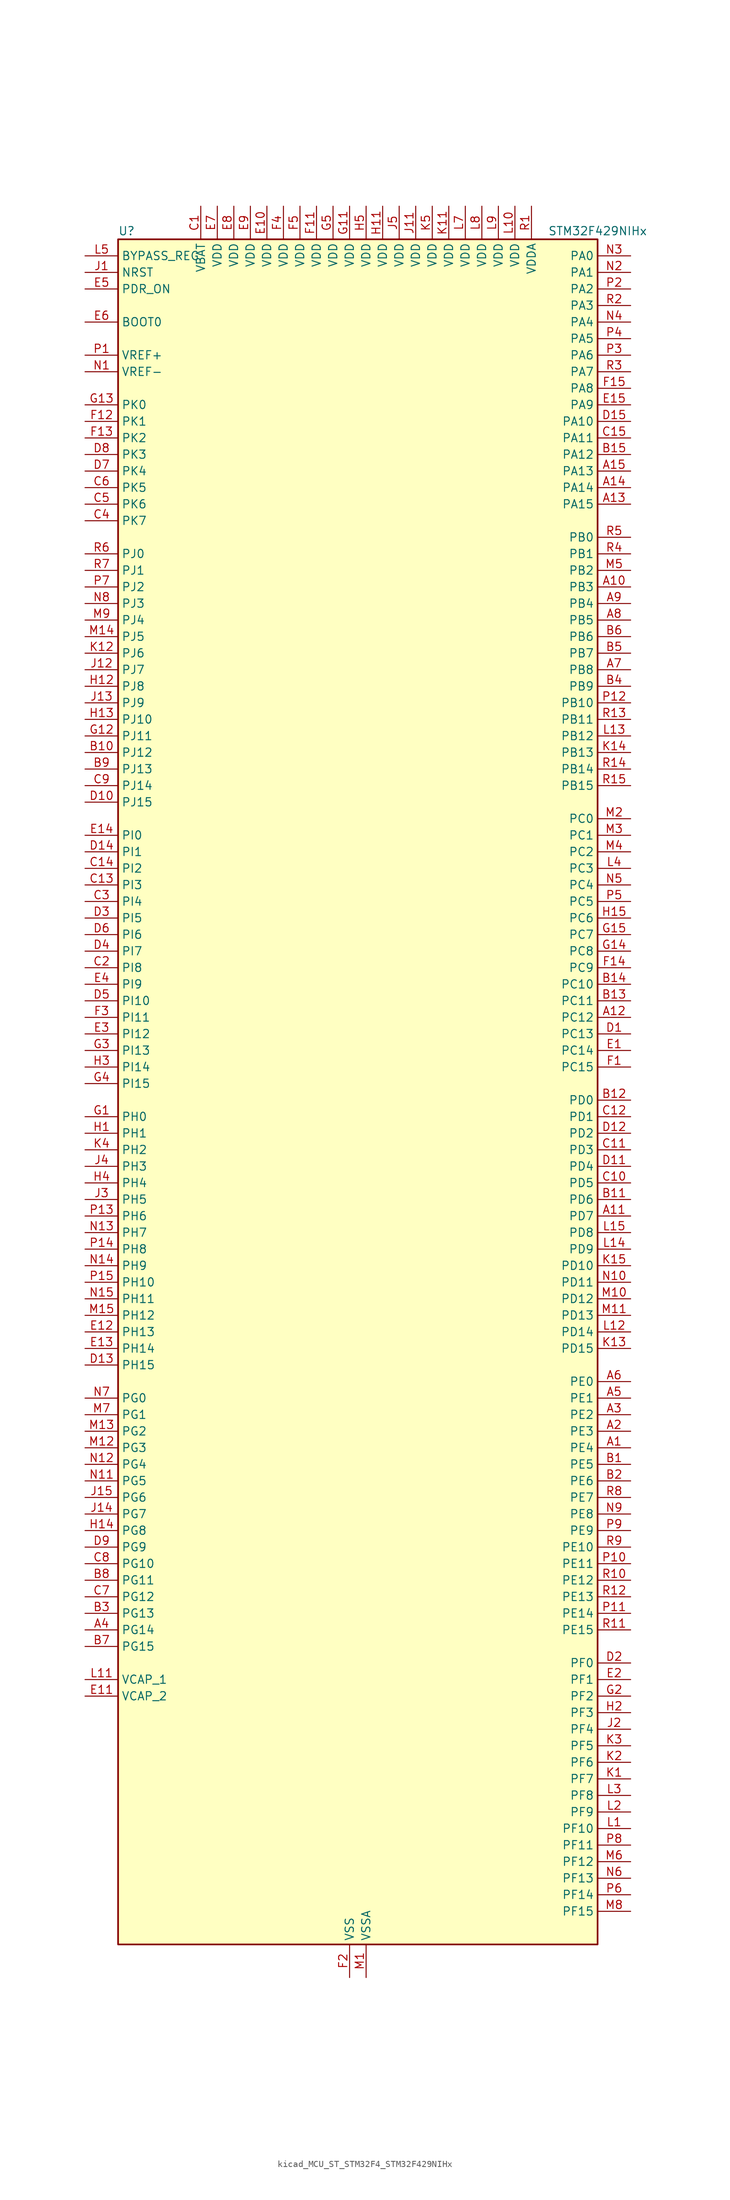
<source format=kicad_sym>
(kicad_symbol_lib
  (version 20220914)
  (generator kicad_symbol_editor)
  (symbol "kicad_MCU_ST_STM32F4_STM32F429NIHx"
    (property "Reference" "U"
      (at -35.56 133.35 0)
      (effects (font (size 1.27 1.27)) (justify left)))
    (property "Value" "STM32F429NIHx"
      (at 30.48 133.35 0)
      (effects (font (size 1.27 1.27)) (justify left)))
    (property "ki_locked" ""
      (at 0 0 0)
      (effects (font (size 1.27 1.27))))
    (symbol "kicad_MCU_ST_STM32F4_STM32F429NIHx_0_1"
      (rectangle (start -35.56 -129.54) (end 38.1 132.08) (stroke (width 0.254) (type default)) (fill (type background))))
    (symbol "kicad_MCU_ST_STM32F4_STM32F429NIHx_1_1"
      (pin bidirectional line (at 43.18 -53.34 180) (length 5.08) (name "PE4" (effects (font (size 1.27 1.27)))) (number "A1" (effects (font (size 1.27 1.27)))) (alternate "DCMI_D4" bidirectional line) (alternate "FMC_A20" bidirectional line) (alternate "LTDC_B0" bidirectional line) (alternate "SAI1_FS_A" bidirectional line) (alternate "SPI4_NSS" bidirectional line) (alternate "SYS_TRACED1" bidirectional line))
      (pin bidirectional line (at 43.18 78.74 180) (length 5.08) (name "PB3" (effects (font (size 1.27 1.27)))) (number "A10" (effects (font (size 1.27 1.27)))) (alternate "I2S3_CK" bidirectional line) (alternate "SPI1_SCK" bidirectional line) (alternate "SPI3_SCK" bidirectional line) (alternate "SYS_JTDO-SWO" bidirectional line) (alternate "TIM2_CH2" bidirectional line))
      (pin bidirectional line (at 43.18 -17.78 180) (length 5.08) (name "PD7" (effects (font (size 1.27 1.27)))) (number "A11" (effects (font (size 1.27 1.27)))) (alternate "FMC_NCE2" bidirectional line) (alternate "FMC_NE1" bidirectional line) (alternate "USART2_CK" bidirectional line))
      (pin bidirectional line (at 43.18 12.7 180) (length 5.08) (name "PC12" (effects (font (size 1.27 1.27)))) (number "A12" (effects (font (size 1.27 1.27)))) (alternate "DCMI_D9" bidirectional line) (alternate "I2S3_SD" bidirectional line) (alternate "SDIO_CK" bidirectional line) (alternate "SPI3_MOSI" bidirectional line) (alternate "UART5_TX" bidirectional line) (alternate "USART3_CK" bidirectional line))
      (pin bidirectional line (at 43.18 91.44 180) (length 5.08) (name "PA15" (effects (font (size 1.27 1.27)))) (number "A13" (effects (font (size 1.27 1.27)))) (alternate "ADC1_EXTI15" bidirectional line) (alternate "ADC2_EXTI15" bidirectional line) (alternate "ADC3_EXTI15" bidirectional line) (alternate "I2S3_WS" bidirectional line) (alternate "SPI1_NSS" bidirectional line) (alternate "SPI3_NSS" bidirectional line) (alternate "SYS_JTDI" bidirectional line) (alternate "TIM2_CH1" bidirectional line) (alternate "TIM2_ETR" bidirectional line))
      (pin bidirectional line (at 43.18 93.98 180) (length 5.08) (name "PA14" (effects (font (size 1.27 1.27)))) (number "A14" (effects (font (size 1.27 1.27)))) (alternate "SYS_JTCK-SWCLK" bidirectional line))
      (pin bidirectional line (at 43.18 96.52 180) (length 5.08) (name "PA13" (effects (font (size 1.27 1.27)))) (number "A15" (effects (font (size 1.27 1.27)))) (alternate "SYS_JTMS-SWDIO" bidirectional line))
      (pin bidirectional line (at 43.18 -50.8 180) (length 5.08) (name "PE3" (effects (font (size 1.27 1.27)))) (number "A2" (effects (font (size 1.27 1.27)))) (alternate "FMC_A19" bidirectional line) (alternate "SAI1_SD_B" bidirectional line) (alternate "SYS_TRACED0" bidirectional line))
      (pin bidirectional line (at 43.18 -48.26 180) (length 5.08) (name "PE2" (effects (font (size 1.27 1.27)))) (number "A3" (effects (font (size 1.27 1.27)))) (alternate "ETH_TXD3" bidirectional line) (alternate "FMC_A23" bidirectional line) (alternate "SAI1_MCLK_A" bidirectional line) (alternate "SPI4_SCK" bidirectional line) (alternate "SYS_TRACECLK" bidirectional line))
      (pin bidirectional line (at -40.64 -81.28 0) (length 5.08) (name "PG14" (effects (font (size 1.27 1.27)))) (number "A4" (effects (font (size 1.27 1.27)))) (alternate "ETH_TXD1" bidirectional line) (alternate "FMC_A25" bidirectional line) (alternate "SPI6_MOSI" bidirectional line) (alternate "USART6_TX" bidirectional line))
      (pin bidirectional line (at 43.18 -45.72 180) (length 5.08) (name "PE1" (effects (font (size 1.27 1.27)))) (number "A5" (effects (font (size 1.27 1.27)))) (alternate "DCMI_D3" bidirectional line) (alternate "FMC_NBL1" bidirectional line) (alternate "UART8_TX" bidirectional line))
      (pin bidirectional line (at 43.18 -43.18 180) (length 5.08) (name "PE0" (effects (font (size 1.27 1.27)))) (number "A6" (effects (font (size 1.27 1.27)))) (alternate "DCMI_D2" bidirectional line) (alternate "FMC_NBL0" bidirectional line) (alternate "TIM4_ETR" bidirectional line) (alternate "UART8_RX" bidirectional line))
      (pin bidirectional line (at 43.18 66.04 180) (length 5.08) (name "PB8" (effects (font (size 1.27 1.27)))) (number "A7" (effects (font (size 1.27 1.27)))) (alternate "CAN1_RX" bidirectional line) (alternate "DCMI_D6" bidirectional line) (alternate "ETH_TXD3" bidirectional line) (alternate "I2C1_SCL" bidirectional line) (alternate "LTDC_B6" bidirectional line) (alternate "SDIO_D4" bidirectional line) (alternate "TIM10_CH1" bidirectional line) (alternate "TIM4_CH3" bidirectional line))
      (pin bidirectional line (at 43.18 73.66 180) (length 5.08) (name "PB5" (effects (font (size 1.27 1.27)))) (number "A8" (effects (font (size 1.27 1.27)))) (alternate "CAN2_RX" bidirectional line) (alternate "DCMI_D10" bidirectional line) (alternate "ETH_PPS_OUT" bidirectional line) (alternate "FMC_SDCKE1" bidirectional line) (alternate "I2C1_SMBA" bidirectional line) (alternate "I2S3_SD" bidirectional line) (alternate "SPI1_MOSI" bidirectional line) (alternate "SPI3_MOSI" bidirectional line) (alternate "TIM3_CH2" bidirectional line) (alternate "USB_OTG_HS_ULPI_D7" bidirectional line))
      (pin bidirectional line (at 43.18 76.2 180) (length 5.08) (name "PB4" (effects (font (size 1.27 1.27)))) (number "A9" (effects (font (size 1.27 1.27)))) (alternate "I2S3_ext_SD" bidirectional line) (alternate "SPI1_MISO" bidirectional line) (alternate "SPI3_MISO" bidirectional line) (alternate "SYS_JTRST" bidirectional line) (alternate "TIM3_CH1" bidirectional line))
      (pin bidirectional line (at 43.18 -55.88 180) (length 5.08) (name "PE5" (effects (font (size 1.27 1.27)))) (number "B1" (effects (font (size 1.27 1.27)))) (alternate "DCMI_D6" bidirectional line) (alternate "FMC_A21" bidirectional line) (alternate "LTDC_G0" bidirectional line) (alternate "SAI1_SCK_A" bidirectional line) (alternate "SPI4_MISO" bidirectional line) (alternate "SYS_TRACED2" bidirectional line) (alternate "TIM9_CH1" bidirectional line))
      (pin bidirectional line (at -40.64 53.34 0) (length 5.08) (name "PJ12" (effects (font (size 1.27 1.27)))) (number "B10" (effects (font (size 1.27 1.27)))) (alternate "LTDC_B0" bidirectional line))
      (pin bidirectional line (at 43.18 -15.24 180) (length 5.08) (name "PD6" (effects (font (size 1.27 1.27)))) (number "B11" (effects (font (size 1.27 1.27)))) (alternate "DCMI_D10" bidirectional line) (alternate "FMC_NWAIT" bidirectional line) (alternate "I2S3_SD" bidirectional line) (alternate "LTDC_B2" bidirectional line) (alternate "SAI1_SD_A" bidirectional line) (alternate "SPI3_MOSI" bidirectional line) (alternate "USART2_RX" bidirectional line))
      (pin bidirectional line (at 43.18 0 180) (length 5.08) (name "PD0" (effects (font (size 1.27 1.27)))) (number "B12" (effects (font (size 1.27 1.27)))) (alternate "CAN1_RX" bidirectional line) (alternate "FMC_D2" bidirectional line) (alternate "FMC_DA2" bidirectional line))
      (pin bidirectional line (at 43.18 15.24 180) (length 5.08) (name "PC11" (effects (font (size 1.27 1.27)))) (number "B13" (effects (font (size 1.27 1.27)))) (alternate "ADC1_EXTI11" bidirectional line) (alternate "ADC2_EXTI11" bidirectional line) (alternate "ADC3_EXTI11" bidirectional line) (alternate "DCMI_D4" bidirectional line) (alternate "I2S3_ext_SD" bidirectional line) (alternate "SDIO_D3" bidirectional line) (alternate "SPI3_MISO" bidirectional line) (alternate "UART4_RX" bidirectional line) (alternate "USART3_RX" bidirectional line))
      (pin bidirectional line (at 43.18 17.78 180) (length 5.08) (name "PC10" (effects (font (size 1.27 1.27)))) (number "B14" (effects (font (size 1.27 1.27)))) (alternate "DCMI_D8" bidirectional line) (alternate "I2S3_CK" bidirectional line) (alternate "LTDC_R2" bidirectional line) (alternate "SDIO_D2" bidirectional line) (alternate "SPI3_SCK" bidirectional line) (alternate "UART4_TX" bidirectional line) (alternate "USART3_TX" bidirectional line))
      (pin bidirectional line (at 43.18 99.06 180) (length 5.08) (name "PA12" (effects (font (size 1.27 1.27)))) (number "B15" (effects (font (size 1.27 1.27)))) (alternate "CAN1_TX" bidirectional line) (alternate "LTDC_R5" bidirectional line) (alternate "TIM1_ETR" bidirectional line) (alternate "USART1_RTS" bidirectional line) (alternate "USB_OTG_FS_DP" bidirectional line))
      (pin bidirectional line (at 43.18 -58.42 180) (length 5.08) (name "PE6" (effects (font (size 1.27 1.27)))) (number "B2" (effects (font (size 1.27 1.27)))) (alternate "DCMI_D7" bidirectional line) (alternate "FMC_A22" bidirectional line) (alternate "LTDC_G1" bidirectional line) (alternate "SAI1_SD_A" bidirectional line) (alternate "SPI4_MOSI" bidirectional line) (alternate "SYS_TRACED3" bidirectional line) (alternate "TIM9_CH2" bidirectional line))
      (pin bidirectional line (at -40.64 -78.74 0) (length 5.08) (name "PG13" (effects (font (size 1.27 1.27)))) (number "B3" (effects (font (size 1.27 1.27)))) (alternate "ETH_TXD0" bidirectional line) (alternate "FMC_A24" bidirectional line) (alternate "SPI6_SCK" bidirectional line) (alternate "USART6_CTS" bidirectional line))
      (pin bidirectional line (at 43.18 63.5 180) (length 5.08) (name "PB9" (effects (font (size 1.27 1.27)))) (number "B4" (effects (font (size 1.27 1.27)))) (alternate "CAN1_TX" bidirectional line) (alternate "DAC_EXTI9" bidirectional line) (alternate "DCMI_D7" bidirectional line) (alternate "I2C1_SDA" bidirectional line) (alternate "I2S2_WS" bidirectional line) (alternate "LTDC_B7" bidirectional line) (alternate "SDIO_D5" bidirectional line) (alternate "SPI2_NSS" bidirectional line) (alternate "TIM11_CH1" bidirectional line) (alternate "TIM4_CH4" bidirectional line))
      (pin bidirectional line (at 43.18 68.58 180) (length 5.08) (name "PB7" (effects (font (size 1.27 1.27)))) (number "B5" (effects (font (size 1.27 1.27)))) (alternate "DCMI_VSYNC" bidirectional line) (alternate "FMC_NL" bidirectional line) (alternate "I2C1_SDA" bidirectional line) (alternate "TIM4_CH2" bidirectional line) (alternate "USART1_RX" bidirectional line))
      (pin bidirectional line (at 43.18 71.12 180) (length 5.08) (name "PB6" (effects (font (size 1.27 1.27)))) (number "B6" (effects (font (size 1.27 1.27)))) (alternate "CAN2_TX" bidirectional line) (alternate "DCMI_D5" bidirectional line) (alternate "FMC_SDNE1" bidirectional line) (alternate "I2C1_SCL" bidirectional line) (alternate "TIM4_CH1" bidirectional line) (alternate "USART1_TX" bidirectional line))
      (pin bidirectional line (at -40.64 -83.82 0) (length 5.08) (name "PG15" (effects (font (size 1.27 1.27)))) (number "B7" (effects (font (size 1.27 1.27)))) (alternate "ADC1_EXTI15" bidirectional line) (alternate "ADC2_EXTI15" bidirectional line) (alternate "ADC3_EXTI15" bidirectional line) (alternate "DCMI_D13" bidirectional line) (alternate "FMC_SDNCAS" bidirectional line) (alternate "USART6_CTS" bidirectional line))
      (pin bidirectional line (at -40.64 -73.66 0) (length 5.08) (name "PG11" (effects (font (size 1.27 1.27)))) (number "B8" (effects (font (size 1.27 1.27)))) (alternate "ADC1_EXTI11" bidirectional line) (alternate "ADC2_EXTI11" bidirectional line) (alternate "ADC3_EXTI11" bidirectional line) (alternate "DCMI_D3" bidirectional line) (alternate "ETH_TX_EN" bidirectional line) (alternate "FMC_NCE4_2" bidirectional line) (alternate "LTDC_B3" bidirectional line))
      (pin bidirectional line (at -40.64 50.8 0) (length 5.08) (name "PJ13" (effects (font (size 1.27 1.27)))) (number "B9" (effects (font (size 1.27 1.27)))) (alternate "LTDC_B1" bidirectional line))
      (pin power_in line (at -22.86 137.16 270) (length 5.08) (name "VBAT" (effects (font (size 1.27 1.27)))) (number "C1" (effects (font (size 1.27 1.27)))))
      (pin bidirectional line (at 43.18 -12.7 180) (length 5.08) (name "PD5" (effects (font (size 1.27 1.27)))) (number "C10" (effects (font (size 1.27 1.27)))) (alternate "FMC_NWE" bidirectional line) (alternate "USART2_TX" bidirectional line))
      (pin bidirectional line (at 43.18 -7.62 180) (length 5.08) (name "PD3" (effects (font (size 1.27 1.27)))) (number "C11" (effects (font (size 1.27 1.27)))) (alternate "DCMI_D5" bidirectional line) (alternate "FMC_CLK" bidirectional line) (alternate "I2S2_CK" bidirectional line) (alternate "LTDC_G7" bidirectional line) (alternate "SPI2_SCK" bidirectional line) (alternate "USART2_CTS" bidirectional line))
      (pin bidirectional line (at 43.18 -2.54 180) (length 5.08) (name "PD1" (effects (font (size 1.27 1.27)))) (number "C12" (effects (font (size 1.27 1.27)))) (alternate "CAN1_TX" bidirectional line) (alternate "FMC_D3" bidirectional line) (alternate "FMC_DA3" bidirectional line))
      (pin bidirectional line (at -40.64 33.02 0) (length 5.08) (name "PI3" (effects (font (size 1.27 1.27)))) (number "C13" (effects (font (size 1.27 1.27)))) (alternate "DCMI_D10" bidirectional line) (alternate "FMC_D27" bidirectional line) (alternate "I2S2_SD" bidirectional line) (alternate "SPI2_MOSI" bidirectional line) (alternate "TIM8_ETR" bidirectional line))
      (pin bidirectional line (at -40.64 35.56 0) (length 5.08) (name "PI2" (effects (font (size 1.27 1.27)))) (number "C14" (effects (font (size 1.27 1.27)))) (alternate "DCMI_D9" bidirectional line) (alternate "FMC_D26" bidirectional line) (alternate "I2S2_ext_SD" bidirectional line) (alternate "LTDC_G7" bidirectional line) (alternate "SPI2_MISO" bidirectional line) (alternate "TIM8_CH4" bidirectional line))
      (pin bidirectional line (at 43.18 101.6 180) (length 5.08) (name "PA11" (effects (font (size 1.27 1.27)))) (number "C15" (effects (font (size 1.27 1.27)))) (alternate "ADC1_EXTI11" bidirectional line) (alternate "ADC2_EXTI11" bidirectional line) (alternate "ADC3_EXTI11" bidirectional line) (alternate "CAN1_RX" bidirectional line) (alternate "LTDC_R4" bidirectional line) (alternate "TIM1_CH4" bidirectional line) (alternate "USART1_CTS" bidirectional line) (alternate "USB_OTG_FS_DM" bidirectional line))
      (pin bidirectional line (at -40.64 20.32 0) (length 5.08) (name "PI8" (effects (font (size 1.27 1.27)))) (number "C2" (effects (font (size 1.27 1.27)))) (alternate "RTC_AF2" bidirectional line))
      (pin bidirectional line (at -40.64 30.48 0) (length 5.08) (name "PI4" (effects (font (size 1.27 1.27)))) (number "C3" (effects (font (size 1.27 1.27)))) (alternate "DCMI_D5" bidirectional line) (alternate "FMC_NBL2" bidirectional line) (alternate "LTDC_B4" bidirectional line) (alternate "TIM8_BKIN" bidirectional line))
      (pin bidirectional line (at -40.64 88.9 0) (length 5.08) (name "PK7" (effects (font (size 1.27 1.27)))) (number "C4" (effects (font (size 1.27 1.27)))) (alternate "LTDC_DE" bidirectional line))
      (pin bidirectional line (at -40.64 91.44 0) (length 5.08) (name "PK6" (effects (font (size 1.27 1.27)))) (number "C5" (effects (font (size 1.27 1.27)))) (alternate "LTDC_B7" bidirectional line))
      (pin bidirectional line (at -40.64 93.98 0) (length 5.08) (name "PK5" (effects (font (size 1.27 1.27)))) (number "C6" (effects (font (size 1.27 1.27)))) (alternate "LTDC_B6" bidirectional line))
      (pin bidirectional line (at -40.64 -76.2 0) (length 5.08) (name "PG12" (effects (font (size 1.27 1.27)))) (number "C7" (effects (font (size 1.27 1.27)))) (alternate "FMC_NE4" bidirectional line) (alternate "LTDC_B1" bidirectional line) (alternate "LTDC_B4" bidirectional line) (alternate "SPI6_MISO" bidirectional line) (alternate "USART6_RTS" bidirectional line))
      (pin bidirectional line (at -40.64 -71.12 0) (length 5.08) (name "PG10" (effects (font (size 1.27 1.27)))) (number "C8" (effects (font (size 1.27 1.27)))) (alternate "DCMI_D2" bidirectional line) (alternate "FMC_NCE4_1" bidirectional line) (alternate "FMC_NE3" bidirectional line) (alternate "LTDC_B2" bidirectional line) (alternate "LTDC_G3" bidirectional line))
      (pin bidirectional line (at -40.64 48.26 0) (length 5.08) (name "PJ14" (effects (font (size 1.27 1.27)))) (number "C9" (effects (font (size 1.27 1.27)))) (alternate "LTDC_B2" bidirectional line))
      (pin bidirectional line (at 43.18 10.16 180) (length 5.08) (name "PC13" (effects (font (size 1.27 1.27)))) (number "D1" (effects (font (size 1.27 1.27)))) (alternate "RTC_AF1" bidirectional line))
      (pin bidirectional line (at -40.64 45.72 0) (length 5.08) (name "PJ15" (effects (font (size 1.27 1.27)))) (number "D10" (effects (font (size 1.27 1.27)))) (alternate "ADC1_EXTI15" bidirectional line) (alternate "ADC2_EXTI15" bidirectional line) (alternate "ADC3_EXTI15" bidirectional line) (alternate "LTDC_B3" bidirectional line))
      (pin bidirectional line (at 43.18 -10.16 180) (length 5.08) (name "PD4" (effects (font (size 1.27 1.27)))) (number "D11" (effects (font (size 1.27 1.27)))) (alternate "FMC_NOE" bidirectional line) (alternate "USART2_RTS" bidirectional line))
      (pin bidirectional line (at 43.18 -5.08 180) (length 5.08) (name "PD2" (effects (font (size 1.27 1.27)))) (number "D12" (effects (font (size 1.27 1.27)))) (alternate "DCMI_D11" bidirectional line) (alternate "SDIO_CMD" bidirectional line) (alternate "TIM3_ETR" bidirectional line) (alternate "UART5_RX" bidirectional line))
      (pin bidirectional line (at -40.64 -40.64 0) (length 5.08) (name "PH15" (effects (font (size 1.27 1.27)))) (number "D13" (effects (font (size 1.27 1.27)))) (alternate "ADC1_EXTI15" bidirectional line) (alternate "ADC2_EXTI15" bidirectional line) (alternate "ADC3_EXTI15" bidirectional line) (alternate "DCMI_D11" bidirectional line) (alternate "FMC_D23" bidirectional line) (alternate "LTDC_G4" bidirectional line) (alternate "TIM8_CH3N" bidirectional line))
      (pin bidirectional line (at -40.64 38.1 0) (length 5.08) (name "PI1" (effects (font (size 1.27 1.27)))) (number "D14" (effects (font (size 1.27 1.27)))) (alternate "DCMI_D8" bidirectional line) (alternate "FMC_D25" bidirectional line) (alternate "I2S2_CK" bidirectional line) (alternate "LTDC_G6" bidirectional line) (alternate "SPI2_SCK" bidirectional line))
      (pin bidirectional line (at 43.18 104.14 180) (length 5.08) (name "PA10" (effects (font (size 1.27 1.27)))) (number "D15" (effects (font (size 1.27 1.27)))) (alternate "DCMI_D1" bidirectional line) (alternate "TIM1_CH3" bidirectional line) (alternate "USART1_RX" bidirectional line) (alternate "USB_OTG_FS_ID" bidirectional line))
      (pin bidirectional line (at 43.18 -86.36 180) (length 5.08) (name "PF0" (effects (font (size 1.27 1.27)))) (number "D2" (effects (font (size 1.27 1.27)))) (alternate "FMC_A0" bidirectional line) (alternate "I2C2_SDA" bidirectional line))
      (pin bidirectional line (at -40.64 27.94 0) (length 5.08) (name "PI5" (effects (font (size 1.27 1.27)))) (number "D3" (effects (font (size 1.27 1.27)))) (alternate "DCMI_VSYNC" bidirectional line) (alternate "FMC_NBL3" bidirectional line) (alternate "LTDC_B5" bidirectional line) (alternate "TIM8_CH1" bidirectional line))
      (pin bidirectional line (at -40.64 22.86 0) (length 5.08) (name "PI7" (effects (font (size 1.27 1.27)))) (number "D4" (effects (font (size 1.27 1.27)))) (alternate "DCMI_D7" bidirectional line) (alternate "FMC_D29" bidirectional line) (alternate "LTDC_B7" bidirectional line) (alternate "TIM8_CH3" bidirectional line))
      (pin bidirectional line (at -40.64 15.24 0) (length 5.08) (name "PI10" (effects (font (size 1.27 1.27)))) (number "D5" (effects (font (size 1.27 1.27)))) (alternate "ETH_RX_ER" bidirectional line) (alternate "FMC_D31" bidirectional line) (alternate "LTDC_HSYNC" bidirectional line))
      (pin bidirectional line (at -40.64 25.4 0) (length 5.08) (name "PI6" (effects (font (size 1.27 1.27)))) (number "D6" (effects (font (size 1.27 1.27)))) (alternate "DCMI_D6" bidirectional line) (alternate "FMC_D28" bidirectional line) (alternate "LTDC_B6" bidirectional line) (alternate "TIM8_CH2" bidirectional line))
      (pin bidirectional line (at -40.64 96.52 0) (length 5.08) (name "PK4" (effects (font (size 1.27 1.27)))) (number "D7" (effects (font (size 1.27 1.27)))) (alternate "LTDC_B5" bidirectional line))
      (pin bidirectional line (at -40.64 99.06 0) (length 5.08) (name "PK3" (effects (font (size 1.27 1.27)))) (number "D8" (effects (font (size 1.27 1.27)))) (alternate "LTDC_B4" bidirectional line))
      (pin bidirectional line (at -40.64 -68.58 0) (length 5.08) (name "PG9" (effects (font (size 1.27 1.27)))) (number "D9" (effects (font (size 1.27 1.27)))) (alternate "DAC_EXTI9" bidirectional line) (alternate "DCMI_VSYNC" bidirectional line) (alternate "FMC_NCE3" bidirectional line) (alternate "FMC_NE2" bidirectional line) (alternate "USART6_RX" bidirectional line))
      (pin bidirectional line (at 43.18 7.62 180) (length 5.08) (name "PC14" (effects (font (size 1.27 1.27)))) (number "E1" (effects (font (size 1.27 1.27)))) (alternate "RCC_OSC32_IN" bidirectional line))
      (pin power_in line (at -12.7 137.16 270) (length 5.08) (name "VDD" (effects (font (size 1.27 1.27)))) (number "E10" (effects (font (size 1.27 1.27)))))
      (pin power_out line (at -40.64 -91.44 0) (length 5.08) (name "VCAP_2" (effects (font (size 1.27 1.27)))) (number "E11" (effects (font (size 1.27 1.27)))))
      (pin bidirectional line (at -40.64 -35.56 0) (length 5.08) (name "PH13" (effects (font (size 1.27 1.27)))) (number "E12" (effects (font (size 1.27 1.27)))) (alternate "CAN1_TX" bidirectional line) (alternate "FMC_D21" bidirectional line) (alternate "LTDC_G2" bidirectional line) (alternate "TIM8_CH1N" bidirectional line))
      (pin bidirectional line (at -40.64 -38.1 0) (length 5.08) (name "PH14" (effects (font (size 1.27 1.27)))) (number "E13" (effects (font (size 1.27 1.27)))) (alternate "DCMI_D4" bidirectional line) (alternate "FMC_D22" bidirectional line) (alternate "LTDC_G3" bidirectional line) (alternate "TIM8_CH2N" bidirectional line))
      (pin bidirectional line (at -40.64 40.64 0) (length 5.08) (name "PI0" (effects (font (size 1.27 1.27)))) (number "E14" (effects (font (size 1.27 1.27)))) (alternate "DCMI_D13" bidirectional line) (alternate "FMC_D24" bidirectional line) (alternate "I2S2_WS" bidirectional line) (alternate "LTDC_G5" bidirectional line) (alternate "SPI2_NSS" bidirectional line) (alternate "TIM5_CH4" bidirectional line))
      (pin bidirectional line (at 43.18 106.68 180) (length 5.08) (name "PA9" (effects (font (size 1.27 1.27)))) (number "E15" (effects (font (size 1.27 1.27)))) (alternate "DAC_EXTI9" bidirectional line) (alternate "DCMI_D0" bidirectional line) (alternate "I2C3_SMBA" bidirectional line) (alternate "TIM1_CH2" bidirectional line) (alternate "USART1_TX" bidirectional line) (alternate "USB_OTG_FS_VBUS" bidirectional line))
      (pin bidirectional line (at 43.18 -88.9 180) (length 5.08) (name "PF1" (effects (font (size 1.27 1.27)))) (number "E2" (effects (font (size 1.27 1.27)))) (alternate "FMC_A1" bidirectional line) (alternate "I2C2_SCL" bidirectional line))
      (pin bidirectional line (at -40.64 10.16 0) (length 5.08) (name "PI12" (effects (font (size 1.27 1.27)))) (number "E3" (effects (font (size 1.27 1.27)))) (alternate "LTDC_HSYNC" bidirectional line))
      (pin bidirectional line (at -40.64 17.78 0) (length 5.08) (name "PI9" (effects (font (size 1.27 1.27)))) (number "E4" (effects (font (size 1.27 1.27)))) (alternate "CAN1_RX" bidirectional line) (alternate "DAC_EXTI9" bidirectional line) (alternate "FMC_D30" bidirectional line) (alternate "LTDC_VSYNC" bidirectional line))
      (pin input line (at -40.64 124.46 0) (length 5.08) (name "PDR_ON" (effects (font (size 1.27 1.27)))) (number "E5" (effects (font (size 1.27 1.27)))))
      (pin input line (at -40.64 119.38 0) (length 5.08) (name "BOOT0" (effects (font (size 1.27 1.27)))) (number "E6" (effects (font (size 1.27 1.27)))))
      (pin power_in line (at -20.32 137.16 270) (length 5.08) (name "VDD" (effects (font (size 1.27 1.27)))) (number "E7" (effects (font (size 1.27 1.27)))))
      (pin power_in line (at -17.78 137.16 270) (length 5.08) (name "VDD" (effects (font (size 1.27 1.27)))) (number "E8" (effects (font (size 1.27 1.27)))))
      (pin power_in line (at -15.24 137.16 270) (length 5.08) (name "VDD" (effects (font (size 1.27 1.27)))) (number "E9" (effects (font (size 1.27 1.27)))))
      (pin bidirectional line (at 43.18 5.08 180) (length 5.08) (name "PC15" (effects (font (size 1.27 1.27)))) (number "F1" (effects (font (size 1.27 1.27)))) (alternate "ADC1_EXTI15" bidirectional line) (alternate "ADC2_EXTI15" bidirectional line) (alternate "ADC3_EXTI15" bidirectional line) (alternate "RCC_OSC32_OUT" bidirectional line))
      (pin passive line (at 0 -134.62 90) (length 5.08) hide (name "VSS" (effects (font (size 1.27 1.27)))) (number "F10" (effects (font (size 1.27 1.27)))))
      (pin power_in line (at -5.08 137.16 270) (length 5.08) (name "VDD" (effects (font (size 1.27 1.27)))) (number "F11" (effects (font (size 1.27 1.27)))))
      (pin bidirectional line (at -40.64 104.14 0) (length 5.08) (name "PK1" (effects (font (size 1.27 1.27)))) (number "F12" (effects (font (size 1.27 1.27)))) (alternate "LTDC_G6" bidirectional line))
      (pin bidirectional line (at -40.64 101.6 0) (length 5.08) (name "PK2" (effects (font (size 1.27 1.27)))) (number "F13" (effects (font (size 1.27 1.27)))) (alternate "LTDC_G7" bidirectional line))
      (pin bidirectional line (at 43.18 20.32 180) (length 5.08) (name "PC9" (effects (font (size 1.27 1.27)))) (number "F14" (effects (font (size 1.27 1.27)))) (alternate "DAC_EXTI9" bidirectional line) (alternate "DCMI_D3" bidirectional line) (alternate "I2C3_SDA" bidirectional line) (alternate "I2S_CKIN" bidirectional line) (alternate "RCC_MCO_2" bidirectional line) (alternate "SDIO_D1" bidirectional line) (alternate "TIM3_CH4" bidirectional line) (alternate "TIM8_CH4" bidirectional line))
      (pin bidirectional line (at 43.18 109.22 180) (length 5.08) (name "PA8" (effects (font (size 1.27 1.27)))) (number "F15" (effects (font (size 1.27 1.27)))) (alternate "I2C3_SCL" bidirectional line) (alternate "LTDC_R6" bidirectional line) (alternate "RCC_MCO_1" bidirectional line) (alternate "TIM1_CH1" bidirectional line) (alternate "USART1_CK" bidirectional line) (alternate "USB_OTG_FS_SOF" bidirectional line))
      (pin power_in line (at 0 -134.62 90) (length 5.08) (name "VSS" (effects (font (size 1.27 1.27)))) (number "F2" (effects (font (size 1.27 1.27)))))
      (pin bidirectional line (at -40.64 12.7 0) (length 5.08) (name "PI11" (effects (font (size 1.27 1.27)))) (number "F3" (effects (font (size 1.27 1.27)))) (alternate "ADC1_EXTI11" bidirectional line) (alternate "ADC2_EXTI11" bidirectional line) (alternate "ADC3_EXTI11" bidirectional line) (alternate "USB_OTG_HS_ULPI_DIR" bidirectional line))
      (pin power_in line (at -10.16 137.16 270) (length 5.08) (name "VDD" (effects (font (size 1.27 1.27)))) (number "F4" (effects (font (size 1.27 1.27)))))
      (pin power_in line (at -7.62 137.16 270) (length 5.08) (name "VDD" (effects (font (size 1.27 1.27)))) (number "F5" (effects (font (size 1.27 1.27)))))
      (pin passive line (at 0 -134.62 90) (length 5.08) hide (name "VSS" (effects (font (size 1.27 1.27)))) (number "F6" (effects (font (size 1.27 1.27)))))
      (pin passive line (at 0 -134.62 90) (length 5.08) hide (name "VSS" (effects (font (size 1.27 1.27)))) (number "F7" (effects (font (size 1.27 1.27)))))
      (pin passive line (at 0 -134.62 90) (length 5.08) hide (name "VSS" (effects (font (size 1.27 1.27)))) (number "F8" (effects (font (size 1.27 1.27)))))
      (pin passive line (at 0 -134.62 90) (length 5.08) hide (name "VSS" (effects (font (size 1.27 1.27)))) (number "F9" (effects (font (size 1.27 1.27)))))
      (pin bidirectional line (at -40.64 -2.54 0) (length 5.08) (name "PH0" (effects (font (size 1.27 1.27)))) (number "G1" (effects (font (size 1.27 1.27)))) (alternate "RCC_OSC_IN" bidirectional line))
      (pin passive line (at 0 -134.62 90) (length 5.08) hide (name "VSS" (effects (font (size 1.27 1.27)))) (number "G10" (effects (font (size 1.27 1.27)))))
      (pin power_in line (at 0 137.16 270) (length 5.08) (name "VDD" (effects (font (size 1.27 1.27)))) (number "G11" (effects (font (size 1.27 1.27)))))
      (pin bidirectional line (at -40.64 55.88 0) (length 5.08) (name "PJ11" (effects (font (size 1.27 1.27)))) (number "G12" (effects (font (size 1.27 1.27)))) (alternate "ADC1_EXTI11" bidirectional line) (alternate "ADC2_EXTI11" bidirectional line) (alternate "ADC3_EXTI11" bidirectional line) (alternate "LTDC_G4" bidirectional line))
      (pin bidirectional line (at -40.64 106.68 0) (length 5.08) (name "PK0" (effects (font (size 1.27 1.27)))) (number "G13" (effects (font (size 1.27 1.27)))) (alternate "LTDC_G5" bidirectional line))
      (pin bidirectional line (at 43.18 22.86 180) (length 5.08) (name "PC8" (effects (font (size 1.27 1.27)))) (number "G14" (effects (font (size 1.27 1.27)))) (alternate "DCMI_D2" bidirectional line) (alternate "SDIO_D0" bidirectional line) (alternate "TIM3_CH3" bidirectional line) (alternate "TIM8_CH3" bidirectional line) (alternate "USART6_CK" bidirectional line))
      (pin bidirectional line (at 43.18 25.4 180) (length 5.08) (name "PC7" (effects (font (size 1.27 1.27)))) (number "G15" (effects (font (size 1.27 1.27)))) (alternate "DCMI_D1" bidirectional line) (alternate "I2S3_MCK" bidirectional line) (alternate "LTDC_G6" bidirectional line) (alternate "SDIO_D7" bidirectional line) (alternate "TIM3_CH2" bidirectional line) (alternate "TIM8_CH2" bidirectional line) (alternate "USART6_RX" bidirectional line))
      (pin bidirectional line (at 43.18 -91.44 180) (length 5.08) (name "PF2" (effects (font (size 1.27 1.27)))) (number "G2" (effects (font (size 1.27 1.27)))) (alternate "FMC_A2" bidirectional line) (alternate "I2C2_SMBA" bidirectional line))
      (pin bidirectional line (at -40.64 7.62 0) (length 5.08) (name "PI13" (effects (font (size 1.27 1.27)))) (number "G3" (effects (font (size 1.27 1.27)))) (alternate "LTDC_VSYNC" bidirectional line))
      (pin bidirectional line (at -40.64 2.54 0) (length 5.08) (name "PI15" (effects (font (size 1.27 1.27)))) (number "G4" (effects (font (size 1.27 1.27)))) (alternate "ADC1_EXTI15" bidirectional line) (alternate "ADC2_EXTI15" bidirectional line) (alternate "ADC3_EXTI15" bidirectional line) (alternate "LTDC_R0" bidirectional line))
      (pin power_in line (at -2.54 137.16 270) (length 5.08) (name "VDD" (effects (font (size 1.27 1.27)))) (number "G5" (effects (font (size 1.27 1.27)))))
      (pin passive line (at 0 -134.62 90) (length 5.08) hide (name "VSS" (effects (font (size 1.27 1.27)))) (number "G6" (effects (font (size 1.27 1.27)))))
      (pin bidirectional line (at -40.64 -5.08 0) (length 5.08) (name "PH1" (effects (font (size 1.27 1.27)))) (number "H1" (effects (font (size 1.27 1.27)))) (alternate "RCC_OSC_OUT" bidirectional line))
      (pin passive line (at 0 -134.62 90) (length 5.08) hide (name "VSS" (effects (font (size 1.27 1.27)))) (number "H10" (effects (font (size 1.27 1.27)))))
      (pin power_in line (at 5.08 137.16 270) (length 5.08) (name "VDD" (effects (font (size 1.27 1.27)))) (number "H11" (effects (font (size 1.27 1.27)))))
      (pin bidirectional line (at -40.64 63.5 0) (length 5.08) (name "PJ8" (effects (font (size 1.27 1.27)))) (number "H12" (effects (font (size 1.27 1.27)))) (alternate "LTDC_G1" bidirectional line))
      (pin bidirectional line (at -40.64 58.42 0) (length 5.08) (name "PJ10" (effects (font (size 1.27 1.27)))) (number "H13" (effects (font (size 1.27 1.27)))) (alternate "LTDC_G3" bidirectional line))
      (pin bidirectional line (at -40.64 -66.04 0) (length 5.08) (name "PG8" (effects (font (size 1.27 1.27)))) (number "H14" (effects (font (size 1.27 1.27)))) (alternate "ETH_PPS_OUT" bidirectional line) (alternate "FMC_SDCLK" bidirectional line) (alternate "SPI6_NSS" bidirectional line) (alternate "USART6_RTS" bidirectional line))
      (pin bidirectional line (at 43.18 27.94 180) (length 5.08) (name "PC6" (effects (font (size 1.27 1.27)))) (number "H15" (effects (font (size 1.27 1.27)))) (alternate "DCMI_D0" bidirectional line) (alternate "I2S2_MCK" bidirectional line) (alternate "LTDC_HSYNC" bidirectional line) (alternate "SDIO_D6" bidirectional line) (alternate "TIM3_CH1" bidirectional line) (alternate "TIM8_CH1" bidirectional line) (alternate "USART6_TX" bidirectional line))
      (pin bidirectional line (at 43.18 -93.98 180) (length 5.08) (name "PF3" (effects (font (size 1.27 1.27)))) (number "H2" (effects (font (size 1.27 1.27)))) (alternate "ADC3_IN9" bidirectional line) (alternate "FMC_A3" bidirectional line))
      (pin bidirectional line (at -40.64 5.08 0) (length 5.08) (name "PI14" (effects (font (size 1.27 1.27)))) (number "H3" (effects (font (size 1.27 1.27)))) (alternate "LTDC_CLK" bidirectional line))
      (pin bidirectional line (at -40.64 -12.7 0) (length 5.08) (name "PH4" (effects (font (size 1.27 1.27)))) (number "H4" (effects (font (size 1.27 1.27)))) (alternate "I2C2_SCL" bidirectional line) (alternate "USB_OTG_HS_ULPI_NXT" bidirectional line))
      (pin power_in line (at 2.54 137.16 270) (length 5.08) (name "VDD" (effects (font (size 1.27 1.27)))) (number "H5" (effects (font (size 1.27 1.27)))))
      (pin passive line (at 0 -134.62 90) (length 5.08) hide (name "VSS" (effects (font (size 1.27 1.27)))) (number "H6" (effects (font (size 1.27 1.27)))))
      (pin input line (at -40.64 127 0) (length 5.08) (name "NRST" (effects (font (size 1.27 1.27)))) (number "J1" (effects (font (size 1.27 1.27)))))
      (pin passive line (at 0 -134.62 90) (length 5.08) hide (name "VSS" (effects (font (size 1.27 1.27)))) (number "J10" (effects (font (size 1.27 1.27)))))
      (pin power_in line (at 10.16 137.16 270) (length 5.08) (name "VDD" (effects (font (size 1.27 1.27)))) (number "J11" (effects (font (size 1.27 1.27)))))
      (pin bidirectional line (at -40.64 66.04 0) (length 5.08) (name "PJ7" (effects (font (size 1.27 1.27)))) (number "J12" (effects (font (size 1.27 1.27)))) (alternate "LTDC_G0" bidirectional line))
      (pin bidirectional line (at -40.64 60.96 0) (length 5.08) (name "PJ9" (effects (font (size 1.27 1.27)))) (number "J13" (effects (font (size 1.27 1.27)))) (alternate "DAC_EXTI9" bidirectional line) (alternate "LTDC_G2" bidirectional line))
      (pin bidirectional line (at -40.64 -63.5 0) (length 5.08) (name "PG7" (effects (font (size 1.27 1.27)))) (number "J14" (effects (font (size 1.27 1.27)))) (alternate "DCMI_D13" bidirectional line) (alternate "FMC_INT3" bidirectional line) (alternate "LTDC_CLK" bidirectional line) (alternate "USART6_CK" bidirectional line))
      (pin bidirectional line (at -40.64 -60.96 0) (length 5.08) (name "PG6" (effects (font (size 1.27 1.27)))) (number "J15" (effects (font (size 1.27 1.27)))) (alternate "DCMI_D12" bidirectional line) (alternate "FMC_INT2" bidirectional line) (alternate "LTDC_R7" bidirectional line))
      (pin bidirectional line (at 43.18 -96.52 180) (length 5.08) (name "PF4" (effects (font (size 1.27 1.27)))) (number "J2" (effects (font (size 1.27 1.27)))) (alternate "ADC3_IN14" bidirectional line) (alternate "FMC_A4" bidirectional line))
      (pin bidirectional line (at -40.64 -15.24 0) (length 5.08) (name "PH5" (effects (font (size 1.27 1.27)))) (number "J3" (effects (font (size 1.27 1.27)))) (alternate "FMC_SDNWE" bidirectional line) (alternate "I2C2_SDA" bidirectional line) (alternate "SPI5_NSS" bidirectional line))
      (pin bidirectional line (at -40.64 -10.16 0) (length 5.08) (name "PH3" (effects (font (size 1.27 1.27)))) (number "J4" (effects (font (size 1.27 1.27)))) (alternate "ETH_COL" bidirectional line) (alternate "FMC_SDNE0" bidirectional line) (alternate "LTDC_R1" bidirectional line))
      (pin power_in line (at 7.62 137.16 270) (length 5.08) (name "VDD" (effects (font (size 1.27 1.27)))) (number "J5" (effects (font (size 1.27 1.27)))))
      (pin passive line (at 0 -134.62 90) (length 5.08) hide (name "VSS" (effects (font (size 1.27 1.27)))) (number "J6" (effects (font (size 1.27 1.27)))))
      (pin bidirectional line (at 43.18 -104.14 180) (length 5.08) (name "PF7" (effects (font (size 1.27 1.27)))) (number "K1" (effects (font (size 1.27 1.27)))) (alternate "ADC3_IN5" bidirectional line) (alternate "FMC_NREG" bidirectional line) (alternate "SAI1_MCLK_B" bidirectional line) (alternate "SPI5_SCK" bidirectional line) (alternate "TIM11_CH1" bidirectional line) (alternate "UART7_TX" bidirectional line))
      (pin passive line (at 0 -134.62 90) (length 5.08) hide (name "VSS" (effects (font (size 1.27 1.27)))) (number "K10" (effects (font (size 1.27 1.27)))))
      (pin power_in line (at 15.24 137.16 270) (length 5.08) (name "VDD" (effects (font (size 1.27 1.27)))) (number "K11" (effects (font (size 1.27 1.27)))))
      (pin bidirectional line (at -40.64 68.58 0) (length 5.08) (name "PJ6" (effects (font (size 1.27 1.27)))) (number "K12" (effects (font (size 1.27 1.27)))) (alternate "LTDC_R7" bidirectional line))
      (pin bidirectional line (at 43.18 -38.1 180) (length 5.08) (name "PD15" (effects (font (size 1.27 1.27)))) (number "K13" (effects (font (size 1.27 1.27)))) (alternate "ADC1_EXTI15" bidirectional line) (alternate "ADC2_EXTI15" bidirectional line) (alternate "ADC3_EXTI15" bidirectional line) (alternate "FMC_D1" bidirectional line) (alternate "FMC_DA1" bidirectional line) (alternate "TIM4_CH4" bidirectional line))
      (pin bidirectional line (at 43.18 53.34 180) (length 5.08) (name "PB13" (effects (font (size 1.27 1.27)))) (number "K14" (effects (font (size 1.27 1.27)))) (alternate "CAN2_TX" bidirectional line) (alternate "ETH_TXD1" bidirectional line) (alternate "I2S2_CK" bidirectional line) (alternate "SPI2_SCK" bidirectional line) (alternate "TIM1_CH1N" bidirectional line) (alternate "USART3_CTS" bidirectional line) (alternate "USB_OTG_HS_ULPI_D6" bidirectional line) (alternate "USB_OTG_HS_VBUS" bidirectional line))
      (pin bidirectional line (at 43.18 -25.4 180) (length 5.08) (name "PD10" (effects (font (size 1.27 1.27)))) (number "K15" (effects (font (size 1.27 1.27)))) (alternate "FMC_D15" bidirectional line) (alternate "FMC_DA15" bidirectional line) (alternate "LTDC_B3" bidirectional line) (alternate "USART3_CK" bidirectional line))
      (pin bidirectional line (at 43.18 -101.6 180) (length 5.08) (name "PF6" (effects (font (size 1.27 1.27)))) (number "K2" (effects (font (size 1.27 1.27)))) (alternate "ADC3_IN4" bidirectional line) (alternate "FMC_NIORD" bidirectional line) (alternate "SAI1_SD_B" bidirectional line) (alternate "SPI5_NSS" bidirectional line) (alternate "TIM10_CH1" bidirectional line) (alternate "UART7_RX" bidirectional line))
      (pin bidirectional line (at 43.18 -99.06 180) (length 5.08) (name "PF5" (effects (font (size 1.27 1.27)))) (number "K3" (effects (font (size 1.27 1.27)))) (alternate "ADC3_IN15" bidirectional line) (alternate "FMC_A5" bidirectional line))
      (pin bidirectional line (at -40.64 -7.62 0) (length 5.08) (name "PH2" (effects (font (size 1.27 1.27)))) (number "K4" (effects (font (size 1.27 1.27)))) (alternate "ETH_CRS" bidirectional line) (alternate "FMC_SDCKE0" bidirectional line) (alternate "LTDC_R0" bidirectional line))
      (pin power_in line (at 12.7 137.16 270) (length 5.08) (name "VDD" (effects (font (size 1.27 1.27)))) (number "K5" (effects (font (size 1.27 1.27)))))
      (pin passive line (at 0 -134.62 90) (length 5.08) hide (name "VSS" (effects (font (size 1.27 1.27)))) (number "K6" (effects (font (size 1.27 1.27)))))
      (pin passive line (at 0 -134.62 90) (length 5.08) hide (name "VSS" (effects (font (size 1.27 1.27)))) (number "K7" (effects (font (size 1.27 1.27)))))
      (pin passive line (at 0 -134.62 90) (length 5.08) hide (name "VSS" (effects (font (size 1.27 1.27)))) (number "K8" (effects (font (size 1.27 1.27)))))
      (pin passive line (at 0 -134.62 90) (length 5.08) hide (name "VSS" (effects (font (size 1.27 1.27)))) (number "K9" (effects (font (size 1.27 1.27)))))
      (pin bidirectional line (at 43.18 -111.76 180) (length 5.08) (name "PF10" (effects (font (size 1.27 1.27)))) (number "L1" (effects (font (size 1.27 1.27)))) (alternate "ADC3_IN8" bidirectional line) (alternate "DCMI_D11" bidirectional line) (alternate "FMC_INTR" bidirectional line) (alternate "LTDC_DE" bidirectional line))
      (pin power_in line (at 25.4 137.16 270) (length 5.08) (name "VDD" (effects (font (size 1.27 1.27)))) (number "L10" (effects (font (size 1.27 1.27)))))
      (pin power_out line (at -40.64 -88.9 0) (length 5.08) (name "VCAP_1" (effects (font (size 1.27 1.27)))) (number "L11" (effects (font (size 1.27 1.27)))))
      (pin bidirectional line (at 43.18 -35.56 180) (length 5.08) (name "PD14" (effects (font (size 1.27 1.27)))) (number "L12" (effects (font (size 1.27 1.27)))) (alternate "FMC_D0" bidirectional line) (alternate "FMC_DA0" bidirectional line) (alternate "TIM4_CH3" bidirectional line))
      (pin bidirectional line (at 43.18 55.88 180) (length 5.08) (name "PB12" (effects (font (size 1.27 1.27)))) (number "L13" (effects (font (size 1.27 1.27)))) (alternate "CAN2_RX" bidirectional line) (alternate "ETH_TXD0" bidirectional line) (alternate "I2C2_SMBA" bidirectional line) (alternate "I2S2_WS" bidirectional line) (alternate "SPI2_NSS" bidirectional line) (alternate "TIM1_BKIN" bidirectional line) (alternate "USART3_CK" bidirectional line) (alternate "USB_OTG_HS_ID" bidirectional line) (alternate "USB_OTG_HS_ULPI_D5" bidirectional line))
      (pin bidirectional line (at 43.18 -22.86 180) (length 5.08) (name "PD9" (effects (font (size 1.27 1.27)))) (number "L14" (effects (font (size 1.27 1.27)))) (alternate "DAC_EXTI9" bidirectional line) (alternate "FMC_D14" bidirectional line) (alternate "FMC_DA14" bidirectional line) (alternate "USART3_RX" bidirectional line))
      (pin bidirectional line (at 43.18 -20.32 180) (length 5.08) (name "PD8" (effects (font (size 1.27 1.27)))) (number "L15" (effects (font (size 1.27 1.27)))) (alternate "FMC_D13" bidirectional line) (alternate "FMC_DA13" bidirectional line) (alternate "USART3_TX" bidirectional line))
      (pin bidirectional line (at 43.18 -109.22 180) (length 5.08) (name "PF9" (effects (font (size 1.27 1.27)))) (number "L2" (effects (font (size 1.27 1.27)))) (alternate "ADC3_IN7" bidirectional line) (alternate "DAC_EXTI9" bidirectional line) (alternate "FMC_CD" bidirectional line) (alternate "SAI1_FS_B" bidirectional line) (alternate "SPI5_MOSI" bidirectional line) (alternate "TIM14_CH1" bidirectional line))
      (pin bidirectional line (at 43.18 -106.68 180) (length 5.08) (name "PF8" (effects (font (size 1.27 1.27)))) (number "L3" (effects (font (size 1.27 1.27)))) (alternate "ADC3_IN6" bidirectional line) (alternate "FMC_NIOWR" bidirectional line) (alternate "SAI1_SCK_B" bidirectional line) (alternate "SPI5_MISO" bidirectional line) (alternate "TIM13_CH1" bidirectional line))
      (pin bidirectional line (at 43.18 35.56 180) (length 5.08) (name "PC3" (effects (font (size 1.27 1.27)))) (number "L4" (effects (font (size 1.27 1.27)))) (alternate "ADC1_IN13" bidirectional line) (alternate "ADC2_IN13" bidirectional line) (alternate "ADC3_IN13" bidirectional line) (alternate "ETH_TX_CLK" bidirectional line) (alternate "FMC_SDCKE0" bidirectional line) (alternate "I2S2_SD" bidirectional line) (alternate "SPI2_MOSI" bidirectional line) (alternate "USB_OTG_HS_ULPI_NXT" bidirectional line))
      (pin input line (at -40.64 129.54 0) (length 5.08) (name "BYPASS_REG" (effects (font (size 1.27 1.27)))) (number "L5" (effects (font (size 1.27 1.27)))))
      (pin passive line (at 0 -134.62 90) (length 5.08) hide (name "VSS" (effects (font (size 1.27 1.27)))) (number "L6" (effects (font (size 1.27 1.27)))))
      (pin power_in line (at 17.78 137.16 270) (length 5.08) (name "VDD" (effects (font (size 1.27 1.27)))) (number "L7" (effects (font (size 1.27 1.27)))))
      (pin power_in line (at 20.32 137.16 270) (length 5.08) (name "VDD" (effects (font (size 1.27 1.27)))) (number "L8" (effects (font (size 1.27 1.27)))))
      (pin power_in line (at 22.86 137.16 270) (length 5.08) (name "VDD" (effects (font (size 1.27 1.27)))) (number "L9" (effects (font (size 1.27 1.27)))))
      (pin power_in line (at 2.54 -134.62 90) (length 5.08) (name "VSSA" (effects (font (size 1.27 1.27)))) (number "M1" (effects (font (size 1.27 1.27)))))
      (pin bidirectional line (at 43.18 -30.48 180) (length 5.08) (name "PD12" (effects (font (size 1.27 1.27)))) (number "M10" (effects (font (size 1.27 1.27)))) (alternate "FMC_A17" bidirectional line) (alternate "FMC_ALE" bidirectional line) (alternate "TIM4_CH1" bidirectional line) (alternate "USART3_RTS" bidirectional line))
      (pin bidirectional line (at 43.18 -33.02 180) (length 5.08) (name "PD13" (effects (font (size 1.27 1.27)))) (number "M11" (effects (font (size 1.27 1.27)))) (alternate "FMC_A18" bidirectional line) (alternate "TIM4_CH2" bidirectional line))
      (pin bidirectional line (at -40.64 -53.34 0) (length 5.08) (name "PG3" (effects (font (size 1.27 1.27)))) (number "M12" (effects (font (size 1.27 1.27)))) (alternate "FMC_A13" bidirectional line))
      (pin bidirectional line (at -40.64 -50.8 0) (length 5.08) (name "PG2" (effects (font (size 1.27 1.27)))) (number "M13" (effects (font (size 1.27 1.27)))) (alternate "FMC_A12" bidirectional line))
      (pin bidirectional line (at -40.64 71.12 0) (length 5.08) (name "PJ5" (effects (font (size 1.27 1.27)))) (number "M14" (effects (font (size 1.27 1.27)))) (alternate "LTDC_R6" bidirectional line))
      (pin bidirectional line (at -40.64 -33.02 0) (length 5.08) (name "PH12" (effects (font (size 1.27 1.27)))) (number "M15" (effects (font (size 1.27 1.27)))) (alternate "DCMI_D3" bidirectional line) (alternate "FMC_D20" bidirectional line) (alternate "LTDC_R6" bidirectional line) (alternate "TIM5_CH3" bidirectional line))
      (pin bidirectional line (at 43.18 43.18 180) (length 5.08) (name "PC0" (effects (font (size 1.27 1.27)))) (number "M2" (effects (font (size 1.27 1.27)))) (alternate "ADC1_IN10" bidirectional line) (alternate "ADC2_IN10" bidirectional line) (alternate "ADC3_IN10" bidirectional line) (alternate "FMC_SDNWE" bidirectional line) (alternate "USB_OTG_HS_ULPI_STP" bidirectional line))
      (pin bidirectional line (at 43.18 40.64 180) (length 5.08) (name "PC1" (effects (font (size 1.27 1.27)))) (number "M3" (effects (font (size 1.27 1.27)))) (alternate "ADC1_IN11" bidirectional line) (alternate "ADC2_IN11" bidirectional line) (alternate "ADC3_IN11" bidirectional line) (alternate "ETH_MDC" bidirectional line))
      (pin bidirectional line (at 43.18 38.1 180) (length 5.08) (name "PC2" (effects (font (size 1.27 1.27)))) (number "M4" (effects (font (size 1.27 1.27)))) (alternate "ADC1_IN12" bidirectional line) (alternate "ADC2_IN12" bidirectional line) (alternate "ADC3_IN12" bidirectional line) (alternate "ETH_TXD2" bidirectional line) (alternate "FMC_SDNE0" bidirectional line) (alternate "I2S2_ext_SD" bidirectional line) (alternate "SPI2_MISO" bidirectional line) (alternate "USB_OTG_HS_ULPI_DIR" bidirectional line))
      (pin bidirectional line (at 43.18 81.28 180) (length 5.08) (name "PB2" (effects (font (size 1.27 1.27)))) (number "M5" (effects (font (size 1.27 1.27)))))
      (pin bidirectional line (at 43.18 -116.84 180) (length 5.08) (name "PF12" (effects (font (size 1.27 1.27)))) (number "M6" (effects (font (size 1.27 1.27)))) (alternate "FMC_A6" bidirectional line))
      (pin bidirectional line (at -40.64 -48.26 0) (length 5.08) (name "PG1" (effects (font (size 1.27 1.27)))) (number "M7" (effects (font (size 1.27 1.27)))) (alternate "FMC_A11" bidirectional line))
      (pin bidirectional line (at 43.18 -124.46 180) (length 5.08) (name "PF15" (effects (font (size 1.27 1.27)))) (number "M8" (effects (font (size 1.27 1.27)))) (alternate "ADC1_EXTI15" bidirectional line) (alternate "ADC2_EXTI15" bidirectional line) (alternate "ADC3_EXTI15" bidirectional line) (alternate "FMC_A9" bidirectional line))
      (pin bidirectional line (at -40.64 73.66 0) (length 5.08) (name "PJ4" (effects (font (size 1.27 1.27)))) (number "M9" (effects (font (size 1.27 1.27)))) (alternate "LTDC_R5" bidirectional line))
      (pin input line (at -40.64 111.76 0) (length 5.08) (name "VREF-" (effects (font (size 1.27 1.27)))) (number "N1" (effects (font (size 1.27 1.27)))))
      (pin bidirectional line (at 43.18 -27.94 180) (length 5.08) (name "PD11" (effects (font (size 1.27 1.27)))) (number "N10" (effects (font (size 1.27 1.27)))) (alternate "ADC1_EXTI11" bidirectional line) (alternate "ADC2_EXTI11" bidirectional line) (alternate "ADC3_EXTI11" bidirectional line) (alternate "FMC_A16" bidirectional line) (alternate "FMC_CLE" bidirectional line) (alternate "USART3_CTS" bidirectional line))
      (pin bidirectional line (at -40.64 -58.42 0) (length 5.08) (name "PG5" (effects (font (size 1.27 1.27)))) (number "N11" (effects (font (size 1.27 1.27)))) (alternate "FMC_A15" bidirectional line) (alternate "FMC_BA1" bidirectional line))
      (pin bidirectional line (at -40.64 -55.88 0) (length 5.08) (name "PG4" (effects (font (size 1.27 1.27)))) (number "N12" (effects (font (size 1.27 1.27)))) (alternate "FMC_A14" bidirectional line) (alternate "FMC_BA0" bidirectional line))
      (pin bidirectional line (at -40.64 -20.32 0) (length 5.08) (name "PH7" (effects (font (size 1.27 1.27)))) (number "N13" (effects (font (size 1.27 1.27)))) (alternate "DCMI_D9" bidirectional line) (alternate "ETH_RXD3" bidirectional line) (alternate "FMC_SDCKE1" bidirectional line) (alternate "I2C3_SCL" bidirectional line) (alternate "SPI5_MISO" bidirectional line))
      (pin bidirectional line (at -40.64 -25.4 0) (length 5.08) (name "PH9" (effects (font (size 1.27 1.27)))) (number "N14" (effects (font (size 1.27 1.27)))) (alternate "DAC_EXTI9" bidirectional line) (alternate "DCMI_D0" bidirectional line) (alternate "FMC_D17" bidirectional line) (alternate "I2C3_SMBA" bidirectional line) (alternate "LTDC_R3" bidirectional line) (alternate "TIM12_CH2" bidirectional line))
      (pin bidirectional line (at -40.64 -30.48 0) (length 5.08) (name "PH11" (effects (font (size 1.27 1.27)))) (number "N15" (effects (font (size 1.27 1.27)))) (alternate "ADC1_EXTI11" bidirectional line) (alternate "ADC2_EXTI11" bidirectional line) (alternate "ADC3_EXTI11" bidirectional line) (alternate "DCMI_D2" bidirectional line) (alternate "FMC_D19" bidirectional line) (alternate "LTDC_R5" bidirectional line) (alternate "TIM5_CH2" bidirectional line))
      (pin bidirectional line (at 43.18 127 180) (length 5.08) (name "PA1" (effects (font (size 1.27 1.27)))) (number "N2" (effects (font (size 1.27 1.27)))) (alternate "ADC1_IN1" bidirectional line) (alternate "ADC2_IN1" bidirectional line) (alternate "ADC3_IN1" bidirectional line) (alternate "ETH_REF_CLK" bidirectional line) (alternate "ETH_RX_CLK" bidirectional line) (alternate "TIM2_CH2" bidirectional line) (alternate "TIM5_CH2" bidirectional line) (alternate "UART4_RX" bidirectional line) (alternate "USART2_RTS" bidirectional line))
      (pin bidirectional line (at 43.18 129.54 180) (length 5.08) (name "PA0" (effects (font (size 1.27 1.27)))) (number "N3" (effects (font (size 1.27 1.27)))) (alternate "ADC1_IN0" bidirectional line) (alternate "ADC2_IN0" bidirectional line) (alternate "ADC3_IN0" bidirectional line) (alternate "ETH_CRS" bidirectional line) (alternate "SYS_WKUP" bidirectional line) (alternate "TIM2_CH1" bidirectional line) (alternate "TIM2_ETR" bidirectional line) (alternate "TIM5_CH1" bidirectional line) (alternate "TIM8_ETR" bidirectional line) (alternate "UART4_TX" bidirectional line) (alternate "USART2_CTS" bidirectional line))
      (pin bidirectional line (at 43.18 119.38 180) (length 5.08) (name "PA4" (effects (font (size 1.27 1.27)))) (number "N4" (effects (font (size 1.27 1.27)))) (alternate "ADC1_IN4" bidirectional line) (alternate "ADC2_IN4" bidirectional line) (alternate "DAC_OUT1" bidirectional line) (alternate "DCMI_HSYNC" bidirectional line) (alternate "I2S3_WS" bidirectional line) (alternate "LTDC_VSYNC" bidirectional line) (alternate "SPI1_NSS" bidirectional line) (alternate "SPI3_NSS" bidirectional line) (alternate "USART2_CK" bidirectional line) (alternate "USB_OTG_HS_SOF" bidirectional line))
      (pin bidirectional line (at 43.18 33.02 180) (length 5.08) (name "PC4" (effects (font (size 1.27 1.27)))) (number "N5" (effects (font (size 1.27 1.27)))) (alternate "ADC1_IN14" bidirectional line) (alternate "ADC2_IN14" bidirectional line) (alternate "ETH_RXD0" bidirectional line))
      (pin bidirectional line (at 43.18 -119.38 180) (length 5.08) (name "PF13" (effects (font (size 1.27 1.27)))) (number "N6" (effects (font (size 1.27 1.27)))) (alternate "FMC_A7" bidirectional line))
      (pin bidirectional line (at -40.64 -45.72 0) (length 5.08) (name "PG0" (effects (font (size 1.27 1.27)))) (number "N7" (effects (font (size 1.27 1.27)))) (alternate "FMC_A10" bidirectional line))
      (pin bidirectional line (at -40.64 76.2 0) (length 5.08) (name "PJ3" (effects (font (size 1.27 1.27)))) (number "N8" (effects (font (size 1.27 1.27)))) (alternate "LTDC_R4" bidirectional line))
      (pin bidirectional line (at 43.18 -63.5 180) (length 5.08) (name "PE8" (effects (font (size 1.27 1.27)))) (number "N9" (effects (font (size 1.27 1.27)))) (alternate "FMC_D5" bidirectional line) (alternate "FMC_DA5" bidirectional line) (alternate "TIM1_CH1N" bidirectional line) (alternate "UART7_TX" bidirectional line))
      (pin input line (at -40.64 114.3 0) (length 5.08) (name "VREF+" (effects (font (size 1.27 1.27)))) (number "P1" (effects (font (size 1.27 1.27)))))
      (pin bidirectional line (at 43.18 -71.12 180) (length 5.08) (name "PE11" (effects (font (size 1.27 1.27)))) (number "P10" (effects (font (size 1.27 1.27)))) (alternate "ADC1_EXTI11" bidirectional line) (alternate "ADC2_EXTI11" bidirectional line) (alternate "ADC3_EXTI11" bidirectional line) (alternate "FMC_D8" bidirectional line) (alternate "FMC_DA8" bidirectional line) (alternate "LTDC_G3" bidirectional line) (alternate "SPI4_NSS" bidirectional line) (alternate "TIM1_CH2" bidirectional line))
      (pin bidirectional line (at 43.18 -78.74 180) (length 5.08) (name "PE14" (effects (font (size 1.27 1.27)))) (number "P11" (effects (font (size 1.27 1.27)))) (alternate "FMC_D11" bidirectional line) (alternate "FMC_DA11" bidirectional line) (alternate "LTDC_CLK" bidirectional line) (alternate "SPI4_MOSI" bidirectional line) (alternate "TIM1_CH4" bidirectional line))
      (pin bidirectional line (at 43.18 60.96 180) (length 5.08) (name "PB10" (effects (font (size 1.27 1.27)))) (number "P12" (effects (font (size 1.27 1.27)))) (alternate "ETH_RX_ER" bidirectional line) (alternate "I2C2_SCL" bidirectional line) (alternate "I2S2_CK" bidirectional line) (alternate "LTDC_G4" bidirectional line) (alternate "SPI2_SCK" bidirectional line) (alternate "TIM2_CH3" bidirectional line) (alternate "USART3_TX" bidirectional line) (alternate "USB_OTG_HS_ULPI_D3" bidirectional line))
      (pin bidirectional line (at -40.64 -17.78 0) (length 5.08) (name "PH6" (effects (font (size 1.27 1.27)))) (number "P13" (effects (font (size 1.27 1.27)))) (alternate "DCMI_D8" bidirectional line) (alternate "ETH_RXD2" bidirectional line) (alternate "FMC_SDNE1" bidirectional line) (alternate "I2C2_SMBA" bidirectional line) (alternate "SPI5_SCK" bidirectional line) (alternate "TIM12_CH1" bidirectional line))
      (pin bidirectional line (at -40.64 -22.86 0) (length 5.08) (name "PH8" (effects (font (size 1.27 1.27)))) (number "P14" (effects (font (size 1.27 1.27)))) (alternate "DCMI_HSYNC" bidirectional line) (alternate "FMC_D16" bidirectional line) (alternate "I2C3_SDA" bidirectional line) (alternate "LTDC_R2" bidirectional line))
      (pin bidirectional line (at -40.64 -27.94 0) (length 5.08) (name "PH10" (effects (font (size 1.27 1.27)))) (number "P15" (effects (font (size 1.27 1.27)))) (alternate "DCMI_D1" bidirectional line) (alternate "FMC_D18" bidirectional line) (alternate "LTDC_R4" bidirectional line) (alternate "TIM5_CH1" bidirectional line))
      (pin bidirectional line (at 43.18 124.46 180) (length 5.08) (name "PA2" (effects (font (size 1.27 1.27)))) (number "P2" (effects (font (size 1.27 1.27)))) (alternate "ADC1_IN2" bidirectional line) (alternate "ADC2_IN2" bidirectional line) (alternate "ADC3_IN2" bidirectional line) (alternate "ETH_MDIO" bidirectional line) (alternate "TIM2_CH3" bidirectional line) (alternate "TIM5_CH3" bidirectional line) (alternate "TIM9_CH1" bidirectional line) (alternate "USART2_TX" bidirectional line))
      (pin bidirectional line (at 43.18 114.3 180) (length 5.08) (name "PA6" (effects (font (size 1.27 1.27)))) (number "P3" (effects (font (size 1.27 1.27)))) (alternate "ADC1_IN6" bidirectional line) (alternate "ADC2_IN6" bidirectional line) (alternate "DCMI_PIXCLK" bidirectional line) (alternate "LTDC_G2" bidirectional line) (alternate "SPI1_MISO" bidirectional line) (alternate "TIM13_CH1" bidirectional line) (alternate "TIM1_BKIN" bidirectional line) (alternate "TIM3_CH1" bidirectional line) (alternate "TIM8_BKIN" bidirectional line))
      (pin bidirectional line (at 43.18 116.84 180) (length 5.08) (name "PA5" (effects (font (size 1.27 1.27)))) (number "P4" (effects (font (size 1.27 1.27)))) (alternate "ADC1_IN5" bidirectional line) (alternate "ADC2_IN5" bidirectional line) (alternate "DAC_OUT2" bidirectional line) (alternate "SPI1_SCK" bidirectional line) (alternate "TIM2_CH1" bidirectional line) (alternate "TIM2_ETR" bidirectional line) (alternate "TIM8_CH1N" bidirectional line) (alternate "USB_OTG_HS_ULPI_CK" bidirectional line))
      (pin bidirectional line (at 43.18 30.48 180) (length 5.08) (name "PC5" (effects (font (size 1.27 1.27)))) (number "P5" (effects (font (size 1.27 1.27)))) (alternate "ADC1_IN15" bidirectional line) (alternate "ADC2_IN15" bidirectional line) (alternate "ETH_RXD1" bidirectional line))
      (pin bidirectional line (at 43.18 -121.92 180) (length 5.08) (name "PF14" (effects (font (size 1.27 1.27)))) (number "P6" (effects (font (size 1.27 1.27)))) (alternate "FMC_A8" bidirectional line))
      (pin bidirectional line (at -40.64 78.74 0) (length 5.08) (name "PJ2" (effects (font (size 1.27 1.27)))) (number "P7" (effects (font (size 1.27 1.27)))) (alternate "LTDC_R3" bidirectional line))
      (pin bidirectional line (at 43.18 -114.3 180) (length 5.08) (name "PF11" (effects (font (size 1.27 1.27)))) (number "P8" (effects (font (size 1.27 1.27)))) (alternate "ADC1_EXTI11" bidirectional line) (alternate "ADC2_EXTI11" bidirectional line) (alternate "ADC3_EXTI11" bidirectional line) (alternate "DCMI_D12" bidirectional line) (alternate "FMC_SDNRAS" bidirectional line) (alternate "SPI5_MOSI" bidirectional line))
      (pin bidirectional line (at 43.18 -66.04 180) (length 5.08) (name "PE9" (effects (font (size 1.27 1.27)))) (number "P9" (effects (font (size 1.27 1.27)))) (alternate "DAC_EXTI9" bidirectional line) (alternate "FMC_D6" bidirectional line) (alternate "FMC_DA6" bidirectional line) (alternate "TIM1_CH1" bidirectional line))
      (pin power_in line (at 27.94 137.16 270) (length 5.08) (name "VDDA" (effects (font (size 1.27 1.27)))) (number "R1" (effects (font (size 1.27 1.27)))))
      (pin bidirectional line (at 43.18 -73.66 180) (length 5.08) (name "PE12" (effects (font (size 1.27 1.27)))) (number "R10" (effects (font (size 1.27 1.27)))) (alternate "FMC_D9" bidirectional line) (alternate "FMC_DA9" bidirectional line) (alternate "LTDC_B4" bidirectional line) (alternate "SPI4_SCK" bidirectional line) (alternate "TIM1_CH3N" bidirectional line))
      (pin bidirectional line (at 43.18 -81.28 180) (length 5.08) (name "PE15" (effects (font (size 1.27 1.27)))) (number "R11" (effects (font (size 1.27 1.27)))) (alternate "ADC1_EXTI15" bidirectional line) (alternate "ADC2_EXTI15" bidirectional line) (alternate "ADC3_EXTI15" bidirectional line) (alternate "FMC_D12" bidirectional line) (alternate "FMC_DA12" bidirectional line) (alternate "LTDC_R7" bidirectional line) (alternate "TIM1_BKIN" bidirectional line))
      (pin bidirectional line (at 43.18 -76.2 180) (length 5.08) (name "PE13" (effects (font (size 1.27 1.27)))) (number "R12" (effects (font (size 1.27 1.27)))) (alternate "FMC_D10" bidirectional line) (alternate "FMC_DA10" bidirectional line) (alternate "LTDC_DE" bidirectional line) (alternate "SPI4_MISO" bidirectional line) (alternate "TIM1_CH3" bidirectional line))
      (pin bidirectional line (at 43.18 58.42 180) (length 5.08) (name "PB11" (effects (font (size 1.27 1.27)))) (number "R13" (effects (font (size 1.27 1.27)))) (alternate "ADC1_EXTI11" bidirectional line) (alternate "ADC2_EXTI11" bidirectional line) (alternate "ADC3_EXTI11" bidirectional line) (alternate "ETH_TX_EN" bidirectional line) (alternate "I2C2_SDA" bidirectional line) (alternate "LTDC_G5" bidirectional line) (alternate "TIM2_CH4" bidirectional line) (alternate "USART3_RX" bidirectional line) (alternate "USB_OTG_HS_ULPI_D4" bidirectional line))
      (pin bidirectional line (at 43.18 50.8 180) (length 5.08) (name "PB14" (effects (font (size 1.27 1.27)))) (number "R14" (effects (font (size 1.27 1.27)))) (alternate "I2S2_ext_SD" bidirectional line) (alternate "SPI2_MISO" bidirectional line) (alternate "TIM12_CH1" bidirectional line) (alternate "TIM1_CH2N" bidirectional line) (alternate "TIM8_CH2N" bidirectional line) (alternate "USART3_RTS" bidirectional line) (alternate "USB_OTG_HS_DM" bidirectional line))
      (pin bidirectional line (at 43.18 48.26 180) (length 5.08) (name "PB15" (effects (font (size 1.27 1.27)))) (number "R15" (effects (font (size 1.27 1.27)))) (alternate "ADC1_EXTI15" bidirectional line) (alternate "ADC2_EXTI15" bidirectional line) (alternate "ADC3_EXTI15" bidirectional line) (alternate "I2S2_SD" bidirectional line) (alternate "RTC_REFIN" bidirectional line) (alternate "SPI2_MOSI" bidirectional line) (alternate "TIM12_CH2" bidirectional line) (alternate "TIM1_CH3N" bidirectional line) (alternate "TIM8_CH3N" bidirectional line) (alternate "USB_OTG_HS_DP" bidirectional line))
      (pin bidirectional line (at 43.18 121.92 180) (length 5.08) (name "PA3" (effects (font (size 1.27 1.27)))) (number "R2" (effects (font (size 1.27 1.27)))) (alternate "ADC1_IN3" bidirectional line) (alternate "ADC2_IN3" bidirectional line) (alternate "ADC3_IN3" bidirectional line) (alternate "ETH_COL" bidirectional line) (alternate "LTDC_B5" bidirectional line) (alternate "TIM2_CH4" bidirectional line) (alternate "TIM5_CH4" bidirectional line) (alternate "TIM9_CH2" bidirectional line) (alternate "USART2_RX" bidirectional line) (alternate "USB_OTG_HS_ULPI_D0" bidirectional line))
      (pin bidirectional line (at 43.18 111.76 180) (length 5.08) (name "PA7" (effects (font (size 1.27 1.27)))) (number "R3" (effects (font (size 1.27 1.27)))) (alternate "ADC1_IN7" bidirectional line) (alternate "ADC2_IN7" bidirectional line) (alternate "ETH_CRS_DV" bidirectional line) (alternate "ETH_RX_DV" bidirectional line) (alternate "SPI1_MOSI" bidirectional line) (alternate "TIM14_CH1" bidirectional line) (alternate "TIM1_CH1N" bidirectional line) (alternate "TIM3_CH2" bidirectional line) (alternate "TIM8_CH1N" bidirectional line))
      (pin bidirectional line (at 43.18 83.82 180) (length 5.08) (name "PB1" (effects (font (size 1.27 1.27)))) (number "R4" (effects (font (size 1.27 1.27)))) (alternate "ADC1_IN9" bidirectional line) (alternate "ADC2_IN9" bidirectional line) (alternate "ETH_RXD3" bidirectional line) (alternate "LTDC_R6" bidirectional line) (alternate "TIM1_CH3N" bidirectional line) (alternate "TIM3_CH4" bidirectional line) (alternate "TIM8_CH3N" bidirectional line) (alternate "USB_OTG_HS_ULPI_D2" bidirectional line))
      (pin bidirectional line (at 43.18 86.36 180) (length 5.08) (name "PB0" (effects (font (size 1.27 1.27)))) (number "R5" (effects (font (size 1.27 1.27)))) (alternate "ADC1_IN8" bidirectional line) (alternate "ADC2_IN8" bidirectional line) (alternate "ETH_RXD2" bidirectional line) (alternate "LTDC_R3" bidirectional line) (alternate "TIM1_CH2N" bidirectional line) (alternate "TIM3_CH3" bidirectional line) (alternate "TIM8_CH2N" bidirectional line) (alternate "USB_OTG_HS_ULPI_D1" bidirectional line))
      (pin bidirectional line (at -40.64 83.82 0) (length 5.08) (name "PJ0" (effects (font (size 1.27 1.27)))) (number "R6" (effects (font (size 1.27 1.27)))) (alternate "LTDC_R1" bidirectional line))
      (pin bidirectional line (at -40.64 81.28 0) (length 5.08) (name "PJ1" (effects (font (size 1.27 1.27)))) (number "R7" (effects (font (size 1.27 1.27)))) (alternate "LTDC_R2" bidirectional line))
      (pin bidirectional line (at 43.18 -60.96 180) (length 5.08) (name "PE7" (effects (font (size 1.27 1.27)))) (number "R8" (effects (font (size 1.27 1.27)))) (alternate "FMC_D4" bidirectional line) (alternate "FMC_DA4" bidirectional line) (alternate "TIM1_ETR" bidirectional line) (alternate "UART7_RX" bidirectional line))
      (pin bidirectional line (at 43.18 -68.58 180) (length 5.08) (name "PE10" (effects (font (size 1.27 1.27)))) (number "R9" (effects (font (size 1.27 1.27)))) (alternate "FMC_D7" bidirectional line) (alternate "FMC_DA7" bidirectional line) (alternate "TIM1_CH2N" bidirectional line)))))
</source>
